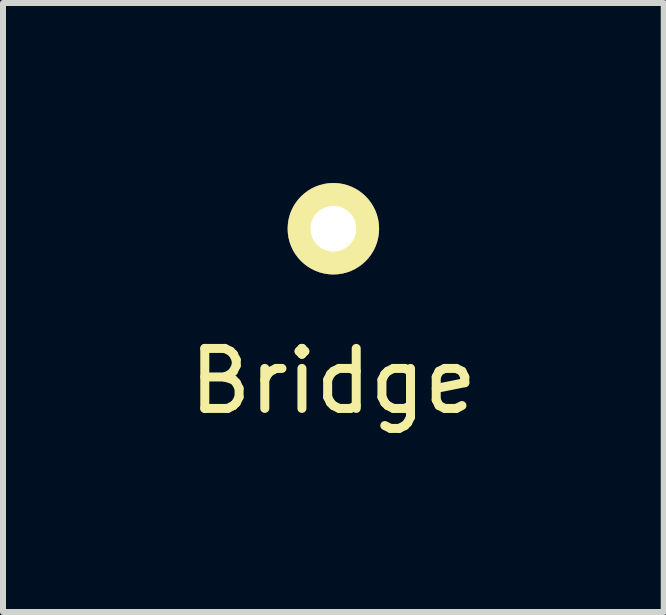
<source format=kicad_pcb>
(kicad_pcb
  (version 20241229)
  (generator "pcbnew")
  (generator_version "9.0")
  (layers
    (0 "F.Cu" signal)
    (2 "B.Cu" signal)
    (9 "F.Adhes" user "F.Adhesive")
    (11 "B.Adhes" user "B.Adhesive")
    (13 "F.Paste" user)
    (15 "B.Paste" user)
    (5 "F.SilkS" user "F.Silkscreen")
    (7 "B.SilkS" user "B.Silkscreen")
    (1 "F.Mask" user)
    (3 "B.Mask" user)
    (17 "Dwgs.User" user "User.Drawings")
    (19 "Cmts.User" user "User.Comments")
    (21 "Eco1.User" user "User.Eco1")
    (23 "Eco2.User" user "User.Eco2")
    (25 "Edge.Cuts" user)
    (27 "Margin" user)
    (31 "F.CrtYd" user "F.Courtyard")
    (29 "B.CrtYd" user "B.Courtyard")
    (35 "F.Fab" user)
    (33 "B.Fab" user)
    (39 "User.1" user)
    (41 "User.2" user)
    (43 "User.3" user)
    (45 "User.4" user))
  (footprint "Bridge"
    (layer "F.Cu")
    (at 2.506 0.762)
    (property "Reference" "Bridge" (at 0 2.54 0) (layer "F.SilkS") (effects (font (size 1 1) (thickness 0.15))))
    (attr through_hole)
    (pad "1" thru_hole circle (at 0 0) (size 1.524 1.524) (drill 0.762) (layers "*.Cu" "*.Mask" "F.SilkS")))
  (gr_rect
    (start -3 -3)
    (end 8.012 7.15)
    (stroke (width 0.1) (type default))
    (fill no)
    (layer "Edge.Cuts")))
</source>
